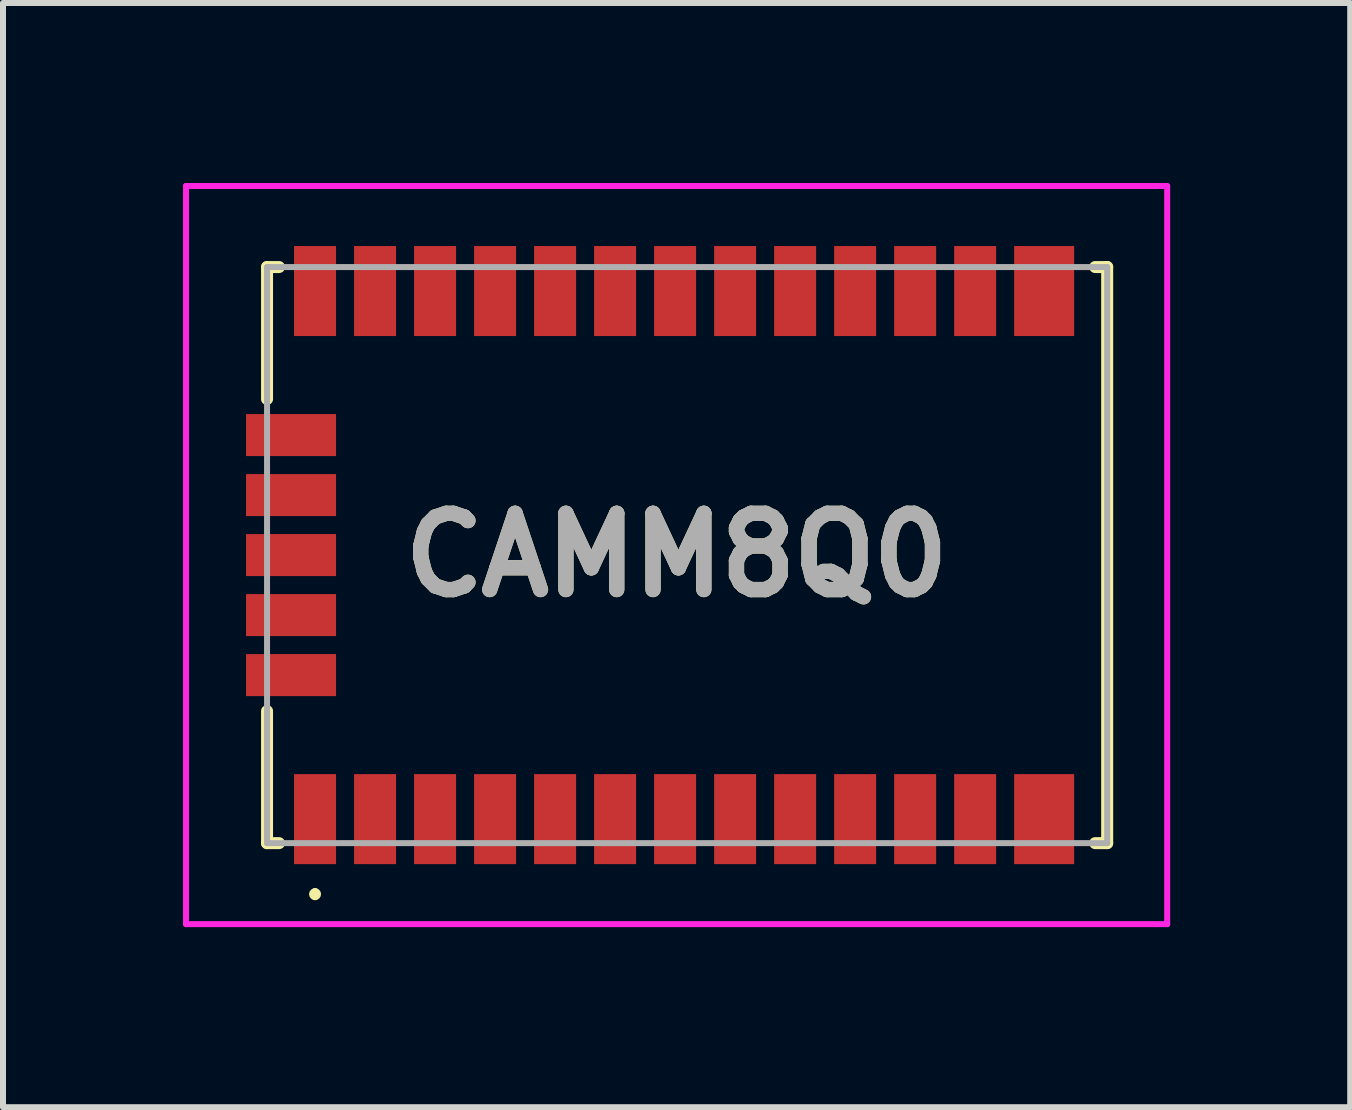
<source format=kicad_pcb>
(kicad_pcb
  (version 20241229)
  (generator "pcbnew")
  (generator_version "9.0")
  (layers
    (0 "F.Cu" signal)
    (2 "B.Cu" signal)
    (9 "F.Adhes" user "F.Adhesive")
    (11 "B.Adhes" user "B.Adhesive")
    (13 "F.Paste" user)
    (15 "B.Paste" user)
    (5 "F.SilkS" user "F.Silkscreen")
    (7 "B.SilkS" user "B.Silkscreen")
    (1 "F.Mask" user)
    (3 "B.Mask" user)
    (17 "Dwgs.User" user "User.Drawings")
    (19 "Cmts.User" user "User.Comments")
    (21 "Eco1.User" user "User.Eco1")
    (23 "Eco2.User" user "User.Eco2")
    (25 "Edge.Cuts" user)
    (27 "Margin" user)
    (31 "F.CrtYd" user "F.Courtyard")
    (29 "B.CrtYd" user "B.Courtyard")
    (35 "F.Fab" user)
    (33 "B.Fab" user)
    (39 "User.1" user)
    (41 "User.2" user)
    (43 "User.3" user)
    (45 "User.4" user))
  (footprint "CAMM8Q0"
    (layer "F.Cu")
    (at 8.4 6.2)
    (property "Reference" "CAMM8Q0" (at -0.175 0 0) (layer "F.SilkS") (effects (font (size 1.27 1.27) (thickness 0.254))))
    (attr smd)
    (fp_line (start -7 -4.8) (end -7 -2.6) (stroke (width 0.2) (type solid)) (layer "F.SilkS"))
    (fp_line (start -7 2.6) (end -7 4.8) (stroke (width 0.2) (type solid)) (layer "F.SilkS"))
    (fp_line (start -7 4.8) (end -6.8 4.8) (stroke (width 0.2) (type solid)) (layer "F.SilkS"))
    (fp_line (start -6.8 -4.8) (end -7 -4.8) (stroke (width 0.2) (type solid)) (layer "F.SilkS"))
    (fp_line (start -6.2 5.6) (end -6.2 5.6) (stroke (width 0.1) (type solid)) (layer "F.SilkS"))
    (fp_line (start -6.2 5.7) (end -6.2 5.7) (stroke (width 0.1) (type solid)) (layer "F.SilkS"))
    (fp_line (start 6.8 -4.8) (end 7 -4.8) (stroke (width 0.2) (type solid)) (layer "F.SilkS"))
    (fp_line (start 7 -4.8) (end 7 4.8) (stroke (width 0.2) (type solid)) (layer "F.SilkS"))
    (fp_line (start 7 4.8) (end 6.8 4.8) (stroke (width 0.2) (type solid)) (layer "F.SilkS"))
    (fp_arc (start -6.2 5.6) (mid -6.15 5.65) (end -6.2 5.7) (stroke (width 0.1) (type solid)) (layer "F.SilkS"))
    (fp_arc (start -6.2 5.7) (mid -6.25 5.65) (end -6.2 5.6) (stroke (width 0.1) (type solid)) (layer "F.SilkS"))
    (fp_line (start -8.35 -6.15) (end 8 -6.15) (stroke (width 0.1) (type solid)) (layer "F.CrtYd"))
    (fp_line (start -8.35 6.15) (end -8.35 -6.15) (stroke (width 0.1) (type solid)) (layer "F.CrtYd"))
    (fp_line (start 8 -6.15) (end 8 6.15) (stroke (width 0.1) (type solid)) (layer "F.CrtYd"))
    (fp_line (start 8 6.15) (end -8.35 6.15) (stroke (width 0.1) (type solid)) (layer "F.CrtYd"))
    (fp_line (start -7 -4.8) (end 7 -4.8) (stroke (width 0.1) (type solid)) (layer "F.Fab"))
    (fp_line (start -7 4.8) (end -7 -4.8) (stroke (width 0.1) (type solid)) (layer "F.Fab"))
    (fp_line (start 7 -4.8) (end 7 4.8) (stroke (width 0.1) (type solid)) (layer "F.Fab"))
    (fp_line (start 7 4.8) (end -7 4.8) (stroke (width 0.1) (type solid)) (layer "F.Fab"))
    (fp_text user "${REFERENCE}" (at -0.175 0 0) (layer "F.Fab") (effects (font (size 1.27 1.27) (thickness 0.254))))
    (pad "1" smd rect (at -6.2 4.4) (size 0.7 1.5) (layers "F.Cu" "F.Mask" "F.Paste"))
    (pad "2" smd rect (at -5.2 4.4) (size 0.7 1.5) (layers "F.Cu" "F.Mask" "F.Paste"))
    (pad "3" smd rect (at -4.2 4.4) (size 0.7 1.5) (layers "F.Cu" "F.Mask" "F.Paste"))
    (pad "4" smd rect (at -3.2 4.4) (size 0.7 1.5) (layers "F.Cu" "F.Mask" "F.Paste"))
    (pad "5" smd rect (at -2.2 4.4) (size 0.7 1.5) (layers "F.Cu" "F.Mask" "F.Paste"))
    (pad "6" smd rect (at -1.2 4.4) (size 0.7 1.5) (layers "F.Cu" "F.Mask" "F.Paste"))
    (pad "7" smd rect (at -0.2 4.4) (size 0.7 1.5) (layers "F.Cu" "F.Mask" "F.Paste"))
    (pad "8" smd rect (at 0.8 4.4) (size 0.7 1.5) (layers "F.Cu" "F.Mask" "F.Paste"))
    (pad "9" smd rect (at 1.8 4.4) (size 0.7 1.5) (layers "F.Cu" "F.Mask" "F.Paste"))
    (pad "10" smd rect (at 2.8 4.4) (size 0.7 1.5) (layers "F.Cu" "F.Mask" "F.Paste"))
    (pad "11" smd rect (at 3.8 4.4) (size 0.7 1.5) (layers "F.Cu" "F.Mask" "F.Paste"))
    (pad "12" smd rect (at 4.8 4.4) (size 0.7 1.5) (layers "F.Cu" "F.Mask" "F.Paste"))
    (pad "13" smd rect (at 5.95 4.4) (size 1 1.5) (layers "F.Cu" "F.Mask" "F.Paste"))
    (pad "14" smd rect (at 5.95 -4.4) (size 1 1.5) (layers "F.Cu" "F.Mask" "F.Paste"))
    (pad "15" smd rect (at 4.8 -4.4) (size 0.7 1.5) (layers "F.Cu" "F.Mask" "F.Paste"))
    (pad "16" smd rect (at 3.8 -4.4) (size 0.7 1.5) (layers "F.Cu" "F.Mask" "F.Paste"))
    (pad "17" smd rect (at 2.8 -4.4) (size 0.7 1.5) (layers "F.Cu" "F.Mask" "F.Paste"))
    (pad "18" smd rect (at 1.8 -4.4) (size 0.7 1.5) (layers "F.Cu" "F.Mask" "F.Paste"))
    (pad "19" smd rect (at 0.8 -4.4) (size 0.7 1.5) (layers "F.Cu" "F.Mask" "F.Paste"))
    (pad "20" smd rect (at -0.2 -4.4) (size 0.7 1.5) (layers "F.Cu" "F.Mask" "F.Paste"))
    (pad "21" smd rect (at -1.2 -4.4) (size 0.7 1.5) (layers "F.Cu" "F.Mask" "F.Paste"))
    (pad "22" smd rect (at -2.2 -4.4) (size 0.7 1.5) (layers "F.Cu" "F.Mask" "F.Paste"))
    (pad "23" smd rect (at -3.2 -4.4) (size 0.7 1.5) (layers "F.Cu" "F.Mask" "F.Paste"))
    (pad "24" smd rect (at -4.2 -4.4) (size 0.7 1.5) (layers "F.Cu" "F.Mask" "F.Paste"))
    (pad "25" smd rect (at -5.2 -4.4) (size 0.7 1.5) (layers "F.Cu" "F.Mask" "F.Paste"))
    (pad "26" smd rect (at -6.2 -4.4) (size 0.7 1.5) (layers "F.Cu" "F.Mask" "F.Paste"))
    (pad "27" smd rect (at -6.6 -2 90) (size 0.7 1.5) (layers "F.Cu" "F.Mask" "F.Paste"))
    (pad "28" smd rect (at -6.6 -1 90) (size 0.7 1.5) (layers "F.Cu" "F.Mask" "F.Paste"))
    (pad "29" smd rect (at -6.6 0 90) (size 0.7 1.5) (layers "F.Cu" "F.Mask" "F.Paste"))
    (pad "30" smd rect (at -6.6 1 90) (size 0.7 1.5) (layers "F.Cu" "F.Mask" "F.Paste"))
    (pad "31" smd rect (at -6.6 2 90) (size 0.7 1.5) (layers "F.Cu" "F.Mask" "F.Paste")))
  (gr_rect
    (start -3 -3)
    (end 19.45 15.4)
    (stroke (width 0.1) (type default))
    (fill no)
    (layer "Edge.Cuts")))
</source>
